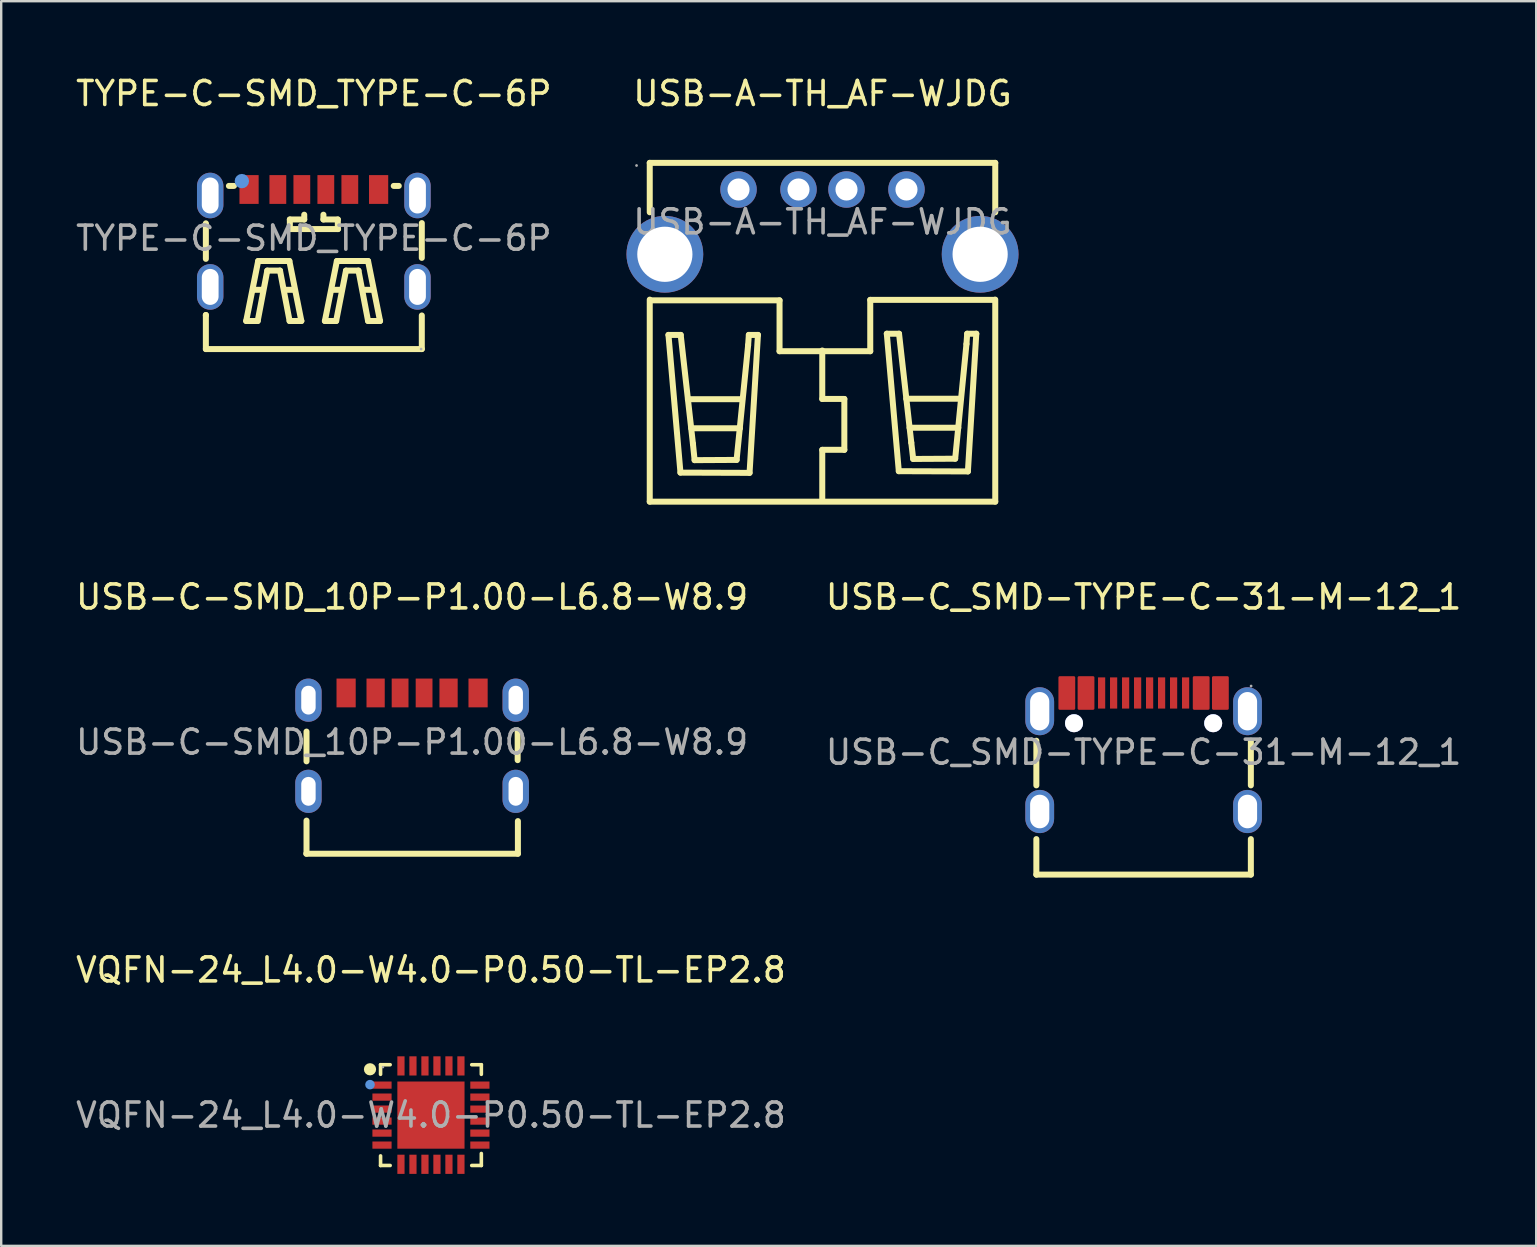
<source format=kicad_pcb>
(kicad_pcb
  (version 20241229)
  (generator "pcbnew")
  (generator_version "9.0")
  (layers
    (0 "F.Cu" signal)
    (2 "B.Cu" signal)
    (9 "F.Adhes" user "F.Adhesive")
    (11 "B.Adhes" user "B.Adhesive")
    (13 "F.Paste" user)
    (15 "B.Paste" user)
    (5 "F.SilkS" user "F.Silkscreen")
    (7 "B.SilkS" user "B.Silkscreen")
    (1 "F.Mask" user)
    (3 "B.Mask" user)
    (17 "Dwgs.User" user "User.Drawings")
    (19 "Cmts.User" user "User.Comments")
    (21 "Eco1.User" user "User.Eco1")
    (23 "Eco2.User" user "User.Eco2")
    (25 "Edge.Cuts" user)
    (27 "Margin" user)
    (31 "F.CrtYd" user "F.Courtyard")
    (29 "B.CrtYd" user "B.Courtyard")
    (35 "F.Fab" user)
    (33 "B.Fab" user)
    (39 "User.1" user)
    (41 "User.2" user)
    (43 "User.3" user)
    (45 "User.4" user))
  (footprint "VQFN-24_L4.0-W4.0-P0.50-TL-EP2.8"
    (layer "F.Cu")
    (at 14.911 43.425)
    (property "Reference" "VQFN-24_L4.0-W4.0-P0.50-TL-EP2.8" (at 0 -6.05 0) (layer "F.SilkS") (effects (font (size 1 1) (thickness 0.15))))
    (attr smd)
    (fp_line (start -2.1 -2.1) (end -1.7 -2.1) (stroke (width 0.15) (type solid)) (layer "F.SilkS"))
    (fp_line (start -2.1 -1.7) (end -2.1 -2.1) (stroke (width 0.15) (type solid)) (layer "F.SilkS"))
    (fp_line (start -2.1 1.7) (end -2.1 2.1) (stroke (width 0.15) (type solid)) (layer "F.SilkS"))
    (fp_line (start -2.1 2.1) (end -1.7 2.1) (stroke (width 0.15) (type solid)) (layer "F.SilkS"))
    (fp_line (start 1.7 -2.1) (end 2.1 -2.1) (stroke (width 0.15) (type solid)) (layer "F.SilkS"))
    (fp_line (start 2.1 -2.1) (end 2.1 -1.7) (stroke (width 0.15) (type solid)) (layer "F.SilkS"))
    (fp_line (start 2.1 1.6) (end 2.1 2.1) (stroke (width 0.15) (type solid)) (layer "F.SilkS"))
    (fp_line (start 2.1 2.1) (end 1.7 2.1) (stroke (width 0.15) (type solid)) (layer "F.SilkS"))
    (fp_circle (center -2.54 -1.91) (end -2.41 -1.91) (stroke (width 0.25) (type solid)) (fill no) (layer "F.SilkS"))
    (fp_circle (center -2.54 -1.27) (end -2.44 -1.27) (stroke (width 0.2) (type solid)) (fill no) (layer "Cmts.User"))
    (fp_circle (center -2 -2) (end -1.97 -2) (stroke (width 0.05) (type solid)) (fill no) (layer "F.Fab"))
    (fp_text user "${REFERENCE}" (at 0 0 0) (layer "F.Fab") (effects (font (size 1 1) (thickness 0.15))))
    (pad "1" smd rect (at -2.04 -1.25) (size 0.8 0.3) (layers "F.Cu" "F.Mask" "F.Paste"))
    (pad "2" smd rect (at -2.04 -0.75) (size 0.8 0.3) (layers "F.Cu" "F.Mask" "F.Paste"))
    (pad "3" smd rect (at -2.04 -0.25) (size 0.8 0.3) (layers "F.Cu" "F.Mask" "F.Paste"))
    (pad "4" smd rect (at -2.04 0.25) (size 0.8 0.3) (layers "F.Cu" "F.Mask" "F.Paste"))
    (pad "5" smd rect (at -2.04 0.75) (size 0.8 0.3) (layers "F.Cu" "F.Mask" "F.Paste"))
    (pad "6" smd rect (at -2.04 1.25) (size 0.8 0.3) (layers "F.Cu" "F.Mask" "F.Paste"))
    (pad "7" smd rect (at -1.25 2.05) (size 0.3 0.8) (layers "F.Cu" "F.Mask" "F.Paste"))
    (pad "8" smd rect (at -0.75 2.05) (size 0.3 0.8) (layers "F.Cu" "F.Mask" "F.Paste"))
    (pad "9" smd rect (at -0.25 2.05) (size 0.3 0.8) (layers "F.Cu" "F.Mask" "F.Paste"))
    (pad "10" smd rect (at 0.25 2.05) (size 0.3 0.8) (layers "F.Cu" "F.Mask" "F.Paste"))
    (pad "11" smd rect (at 0.75 2.05) (size 0.3 0.8) (layers "F.Cu" "F.Mask" "F.Paste"))
    (pad "12" smd rect (at 1.25 2.05) (size 0.3 0.8) (layers "F.Cu" "F.Mask" "F.Paste"))
    (pad "13" smd rect (at 2.04 1.25) (size 0.8 0.3) (layers "F.Cu" "F.Mask" "F.Paste"))
    (pad "14" smd rect (at 2.04 0.75) (size 0.8 0.3) (layers "F.Cu" "F.Mask" "F.Paste"))
    (pad "15" smd rect (at 2.04 0.25) (size 0.8 0.3) (layers "F.Cu" "F.Mask" "F.Paste"))
    (pad "16" smd rect (at 2.04 -0.25) (size 0.8 0.3) (layers "F.Cu" "F.Mask" "F.Paste"))
    (pad "17" smd rect (at 2.04 -0.75) (size 0.8 0.3) (layers "F.Cu" "F.Mask" "F.Paste"))
    (pad "18" smd rect (at 2.04 -1.25) (size 0.8 0.3) (layers "F.Cu" "F.Mask" "F.Paste"))
    (pad "19" smd rect (at 1.25 -2.05) (size 0.3 0.8) (layers "F.Cu" "F.Mask" "F.Paste"))
    (pad "20" smd rect (at 0.75 -2.05) (size 0.3 0.8) (layers "F.Cu" "F.Mask" "F.Paste"))
    (pad "21" smd rect (at 0.25 -2.05) (size 0.3 0.8) (layers "F.Cu" "F.Mask" "F.Paste"))
    (pad "22" smd rect (at -0.25 -2.05) (size 0.3 0.8) (layers "F.Cu" "F.Mask" "F.Paste"))
    (pad "23" smd rect (at -0.75 -2.05) (size 0.3 0.8) (layers "F.Cu" "F.Mask" "F.Paste"))
    (pad "24" smd rect (at -1.25 -2.05) (size 0.3 0.8) (layers "F.Cu" "F.Mask" "F.Paste"))
    (pad "25" smd rect (at 0 0) (size 2.8 2.8) (layers "F.Cu" "F.Mask" "F.Paste")))
  (footprint "USB-C_SMD-TYPE-C-31-M-12_1"
    (layer "F.Cu")
    (at 44.613 28.302)
    (property "Reference" "USB-C_SMD-TYPE-C-31-M-12_1" (at 0 -6.47 0) (layer "F.SilkS") (effects (font (size 1 1) (thickness 0.15))))
    (attr smd)
    (fp_line (start -4.47 1.38) (end -4.47 -0.48) (stroke (width 0.25) (type solid)) (layer "F.SilkS"))
    (fp_line (start -4.47 5.1) (end -4.47 3.62) (stroke (width 0.25) (type solid)) (layer "F.SilkS"))
    (fp_line (start 4.47 1.38) (end 4.47 -0.48) (stroke (width 0.25) (type solid)) (layer "F.SilkS"))
    (fp_line (start 4.47 5.1) (end -4.47 5.1) (stroke (width 0.25) (type solid)) (layer "F.SilkS"))
    (fp_line (start 4.47 5.1) (end 4.47 3.62) (stroke (width 0.25) (type solid)) (layer "F.SilkS"))
    (fp_circle (center -2.9 -1.21) (end -2.78 -1.21) (stroke (width 0.25) (type solid)) (fill no) (layer "Cmts.User"))
    (fp_circle (center 2.9 -1.21) (end 3.02 -1.21) (stroke (width 0.25) (type solid)) (fill no) (layer "Cmts.User"))
    (fp_circle (center 4.48 -2.76) (end 4.51 -2.76) (stroke (width 0.06) (type solid)) (fill no) (layer "F.Fab"))
    (fp_text user "${REFERENCE}" (at 0 0 0) (layer "F.Fab") (effects (font (size 1 1) (thickness 0.15))))
    (pad "" thru_hole circle (at -2.9 -1.21) (size 0.75 0.75) (drill 0.75) (layers "*.Cu" "*.Mask"))
    (pad "" thru_hole circle (at 2.9 -1.21) (size 0.75 0.75) (drill 0.75) (layers "*.Cu" "*.Mask"))
    (pad "1" thru_hole oval (at 4.33 -1.71) (size 1.2 2) (drill oval 0.8 1.6) (layers "*.Cu" "*.Mask"))
    (pad "2" thru_hole oval (at 4.33 2.47) (size 1.2 1.8) (drill oval 0.8 1.4) (layers "*.Cu" "*.Mask"))
    (pad "3" thru_hole oval (at -4.33 2.47) (size 1.2 1.8) (drill oval 0.8 1.4) (layers "*.Cu" "*.Mask"))
    (pad "4" thru_hole oval (at -4.33 -1.71) (size 1.2 2) (drill oval 0.8 1.6) (layers "*.Cu" "*.Mask"))
    (pad "A1B12" smd custom (at -3.2 -2.47) (size 0.01 0.01) (layers "F.Cu" "F.Mask" "F.Paste") (options (anchor circle)) (primitives (gr_poly (pts (xy 0.3 0.65) (xy 0.3 -0.65) (xy 0 -0.65) (xy -0.3 -0.65) (xy -0.3 0.65) (xy 0 0.65) (xy 0.3 0.65)) (width 0.1) (fill yes))))
    (pad "A4B9" smd custom (at -2.4 -2.47) (size 0.01 0.01) (layers "F.Cu" "F.Mask" "F.Paste") (options (anchor circle)) (primitives (gr_poly (pts (xy 0.3 0.65) (xy 0.3 -0.65) (xy 0 -0.65) (xy -0.3 -0.65) (xy -0.3 0.65) (xy 0 0.65) (xy 0.3 0.65)) (width 0.1) (fill yes))))
    (pad "A5" smd rect (at -1.25 -2.47) (size 0.3 1.3) (layers "F.Cu" "F.Mask" "F.Paste"))
    (pad "A6" smd rect (at -0.25 -2.47) (size 0.3 1.3) (layers "F.Cu" "F.Mask" "F.Paste"))
    (pad "A7" smd rect (at 0.25 -2.47) (size 0.3 1.3) (layers "F.Cu" "F.Mask" "F.Paste"))
    (pad "A8" smd rect (at 1.25 -2.47) (size 0.3 1.3) (layers "F.Cu" "F.Mask" "F.Paste"))
    (pad "B1A12" smd custom (at 3.2 -2.47) (size 0.01 0.01) (layers "F.Cu" "F.Mask" "F.Paste") (options (anchor circle)) (primitives (gr_poly (pts (xy -0.3 -0.65) (xy -0.3 0.65) (xy -0.01 0.65) (xy 0 0.65) (xy 0.3 0.65) (xy 0.3 -0.65) (xy 0 -0.65) (xy -0.01 -0.65) (xy -0.3 -0.65)) (width 0.1) (fill yes))))
    (pad "B4A9" smd custom (at 2.4 -2.47) (size 0.01 0.01) (layers "F.Cu" "F.Mask" "F.Paste") (options (anchor circle)) (primitives (gr_poly (pts (xy 0.3 0.65) (xy 0.3 -0.65) (xy 0 -0.65) (xy -0.3 -0.65) (xy -0.3 0.65) (xy 0 0.65) (xy 0.3 0.65)) (width 0.1) (fill yes))))
    (pad "B5" smd rect (at 1.75 -2.47) (size 0.3 1.3) (layers "F.Cu" "F.Mask" "F.Paste"))
    (pad "B6" smd rect (at 0.75 -2.47) (size 0.3 1.3) (layers "F.Cu" "F.Mask" "F.Paste"))
    (pad "B7" smd rect (at -0.75 -2.47) (size 0.3 1.3) (layers "F.Cu" "F.Mask" "F.Paste"))
    (pad "B8" smd rect (at -1.75 -2.47) (size 0.3 1.3) (layers "F.Cu" "F.Mask" "F.Paste")))
  (footprint "USB-C-SMD_10P-P1.00-L6.8-W8.9"
    (layer "F.Cu")
    (at 14.125 27.881)
    (property "Reference" "USB-C-SMD_10P-P1.00-L6.8-W8.9" (at 0 -6.05 0) (layer "F.SilkS") (effects (font (size 1 1) (thickness 0.15))))
    (attr smd)
    (fp_line (start -4.41 4.65) (end 4.41 4.65) (stroke (width 0.25) (type solid)) (layer "F.SilkS"))
    (fp_line (start -4.4 -0.44) (end -4.4 0.8) (stroke (width 0.25) (type solid)) (layer "F.SilkS"))
    (fp_line (start -4.4 4.65) (end -4.4 3.27) (stroke (width 0.25) (type solid)) (layer "F.SilkS"))
    (fp_line (start 4.4 -0.49) (end 4.4 0.75) (stroke (width 0.25) (type solid)) (layer "F.SilkS"))
    (fp_line (start 4.41 4.65) (end 4.41 3.29) (stroke (width 0.25) (type solid)) (layer "F.SilkS"))
    (fp_circle (center -4.47 -2.25) (end -4.44 -2.25) (stroke (width 0.06) (type solid)) (fill no) (layer "F.Fab"))
    (fp_text user "${REFERENCE}" (at 0 0 0) (layer "F.Fab") (effects (font (size 1 1) (thickness 0.15))))
    (pad "0" thru_hole oval (at -4.32 -1.75) (size 1.1 1.8) (drill oval 0.6 1.2) (layers "*.Cu" "*.Mask"))
    (pad "0" thru_hole oval (at -4.32 2.05) (size 1.1 1.8) (drill oval 0.6 1.2) (layers "*.Cu" "*.Mask"))
    (pad "0" thru_hole oval (at 4.32 -1.75) (size 1.1 1.8) (drill oval 0.6 1.2) (layers "*.Cu" "*.Mask"))
    (pad "0" thru_hole oval (at 4.32 2.05) (size 1.1 1.8) (drill oval 0.6 1.2) (layers "*.Cu" "*.Mask"))
    (pad "1" smd rect (at -2.75 -2.05) (size 0.8 1.2) (layers "F.Cu" "F.Mask" "F.Paste"))
    (pad "2" smd rect (at -1.52 -2.05) (size 0.76 1.2) (layers "F.Cu" "F.Mask" "F.Paste"))
    (pad "3" smd rect (at -0.5 -2.05) (size 0.7 1.2) (layers "F.Cu" "F.Mask" "F.Paste"))
    (pad "4" smd rect (at 0.5 -2.05) (size 0.7 1.2) (layers "F.Cu" "F.Mask" "F.Paste"))
    (pad "5" smd rect (at 1.52 -2.05) (size 0.76 1.2) (layers "F.Cu" "F.Mask" "F.Paste"))
    (pad "6" smd rect (at 2.75 -2.05) (size 0.8 1.2) (layers "F.Cu" "F.Mask" "F.Paste")))
  (footprint "TYPE-C-SMD_TYPE-C-6P"
    (layer "F.Cu")
    (at 10.03 6.878)
    (property "Reference" "TYPE-C-SMD_TYPE-C-6P" (at 0 -6.03 0) (layer "F.SilkS") (effects (font (size 1 1) (thickness 0.15))))
    (attr smd)
    (fp_line (start -4.5 -0.58) (end -4.5 -0.62) (stroke (width 0.25) (type solid)) (layer "F.SilkS"))
    (fp_line (start -4.5 -0.58) (end -4.5 0.86) (stroke (width 0.25) (type solid)) (layer "F.SilkS"))
    (fp_line (start -4.5 3.2) (end -4.5 4.62) (stroke (width 0.25) (type solid)) (layer "F.SilkS"))
    (fp_line (start -4.5 3.22) (end -4.5 3.2) (stroke (width 0.25) (type solid)) (layer "F.SilkS"))
    (fp_line (start -4.5 4.62) (end 4.5 4.62) (stroke (width 0.25) (type solid)) (layer "F.SilkS"))
    (fp_line (start -3.54 -2.18) (end -3.33 -2.18) (stroke (width 0.25) (type solid)) (layer "F.SilkS"))
    (fp_line (start -2.82 3.45) (end -2.32 0.95) (stroke (width 0.25) (type solid)) (layer "F.SilkS"))
    (fp_line (start -2.52 2.15) (end -2.12 2.15) (stroke (width 0.25) (type solid)) (layer "F.SilkS"))
    (fp_line (start -2.34 3.45) (end -2.82 3.45) (stroke (width 0.25) (type solid)) (layer "F.SilkS"))
    (fp_line (start -2.32 0.95) (end -1.02 0.95) (stroke (width 0.25) (type solid)) (layer "F.SilkS"))
    (fp_line (start -1.94 1.35) (end -2.34 3.45) (stroke (width 0.25) (type solid)) (layer "F.SilkS"))
    (fp_line (start -1.41 1.35) (end -1.94 1.35) (stroke (width 0.25) (type solid)) (layer "F.SilkS"))
    (fp_line (start -1.22 2.15) (end -0.82 2.15) (stroke (width 0.25) (type solid)) (layer "F.SilkS"))
    (fp_line (start -1.02 0.95) (end -0.52 3.45) (stroke (width 0.25) (type solid)) (layer "F.SilkS"))
    (fp_line (start -1.01 -0.38) (end 1.01 -0.38) (stroke (width 0.25) (type solid)) (layer "F.SilkS"))
    (fp_line (start -1.01 3.45) (end -1.41 1.35) (stroke (width 0.25) (type solid)) (layer "F.SilkS"))
    (fp_line (start -1 -0.78) (end -0.4 -0.78) (stroke (width 0.25) (type solid)) (layer "F.SilkS"))
    (fp_line (start -1 -0.38) (end -1 -0.78) (stroke (width 0.25) (type solid)) (layer "F.SilkS"))
    (fp_line (start -0.52 3.45) (end -1.01 3.45) (stroke (width 0.25) (type solid)) (layer "F.SilkS"))
    (fp_line (start -0.4 -0.78) (end -0.4 -0.98) (stroke (width 0.25) (type solid)) (layer "F.SilkS"))
    (fp_line (start 0.4 -0.78) (end 0.4 -0.98) (stroke (width 0.25) (type solid)) (layer "F.SilkS"))
    (fp_line (start 0.46 3.45) (end 0.96 0.95) (stroke (width 0.25) (type solid)) (layer "F.SilkS"))
    (fp_line (start 0.76 2.15) (end 1.16 2.15) (stroke (width 0.25) (type solid)) (layer "F.SilkS"))
    (fp_line (start 0.93 3.45) (end 0.46 3.45) (stroke (width 0.25) (type solid)) (layer "F.SilkS"))
    (fp_line (start 0.96 0.95) (end 2.26 0.95) (stroke (width 0.25) (type solid)) (layer "F.SilkS"))
    (fp_line (start 1 -0.78) (end 0.4 -0.78) (stroke (width 0.25) (type solid)) (layer "F.SilkS"))
    (fp_line (start 1 -0.38) (end 1 -0.78) (stroke (width 0.25) (type solid)) (layer "F.SilkS"))
    (fp_line (start 1.34 1.35) (end 0.93 3.45) (stroke (width 0.25) (type solid)) (layer "F.SilkS"))
    (fp_line (start 1.86 1.35) (end 1.34 1.35) (stroke (width 0.25) (type solid)) (layer "F.SilkS"))
    (fp_line (start 2.06 2.15) (end 2.46 2.15) (stroke (width 0.25) (type solid)) (layer "F.SilkS"))
    (fp_line (start 2.26 0.95) (end 2.76 3.45) (stroke (width 0.25) (type solid)) (layer "F.SilkS"))
    (fp_line (start 2.26 3.45) (end 1.86 1.35) (stroke (width 0.25) (type solid)) (layer "F.SilkS"))
    (fp_line (start 2.76 3.45) (end 2.26 3.45) (stroke (width 0.25) (type solid)) (layer "F.SilkS"))
    (fp_line (start 3.33 -2.18) (end 3.54 -2.18) (stroke (width 0.25) (type solid)) (layer "F.SilkS"))
    (fp_line (start 4.5 0.82) (end 4.5 -0.63) (stroke (width 0.25) (type solid)) (layer "F.SilkS"))
    (fp_line (start 4.5 4.62) (end 4.5 3.22) (stroke (width 0.25) (type solid)) (layer "F.SilkS"))
    (fp_circle (center -3 -2.38) (end -2.85 -2.38) (stroke (width 0.3) (type solid)) (fill no) (layer "Cmts.User"))
    (fp_circle (center 4.47 4.62) (end 4.5 4.62) (stroke (width 0.06) (type solid)) (fill no) (layer "F.Fab"))
    (fp_text user "${REFERENCE}" (at 0 0 0) (layer "F.Fab") (effects (font (size 1 1) (thickness 0.15))))
    (pad "A5" smd rect (at -0.5 -2.03) (size 0.7 1.2) (layers "F.Cu" "F.Mask" "F.Paste"))
    (pad "A9" smd rect (at 1.5 -2.03) (size 0.7 1.2) (layers "F.Cu" "F.Mask" "F.Paste"))
    (pad "A12" smd rect (at 2.7 -2.03) (size 0.8 1.2) (layers "F.Cu" "F.Mask" "F.Paste"))
    (pad "B5" smd rect (at 0.5 -2.03) (size 0.7 1.2) (layers "F.Cu" "F.Mask" "F.Paste"))
    (pad "B9" smd rect (at -1.5 -2.03) (size 0.7 1.2) (layers "F.Cu" "F.Mask" "F.Paste"))
    (pad "B12" smd rect (at -2.7 -2.03) (size 0.8 1.2) (layers "F.Cu" "F.Mask" "F.Paste"))
    (pad "S1" thru_hole oval (at -4.32 -1.78) (size 1.1 1.9) (drill oval 0.7 1.5) (layers "*.Cu" "*.Mask"))
    (pad "S1" thru_hole oval (at -4.32 2.03) (size 1.1 1.9) (drill oval 0.7 1.5) (layers "*.Cu" "*.Mask"))
    (pad "S1" thru_hole oval (at 4.32 -1.78) (size 1.1 1.9) (drill oval 0.7 1.5) (layers "*.Cu" "*.Mask"))
    (pad "S1" thru_hole oval (at 4.32 2.03) (size 1.1 1.9) (drill oval 0.7 1.5) (layers "*.Cu" "*.Mask")))
  (footprint "USB-A-TH_AF-WJDG"
    (layer "F.Cu")
    (at 31.23 6.198)
    (property "Reference" "USB-A-TH_AF-WJDG" (at 0 -5.35 0) (layer "F.SilkS") (effects (font (size 1 1) (thickness 0.15))))
    (attr through_hole)
    (fp_line (start -7.2 -2.46) (end -7.2 -0.4) (stroke (width 0.25) (type solid)) (layer "F.SilkS"))
    (fp_line (start -7.2 -2.46) (end 7.2 -2.46) (stroke (width 0.25) (type solid)) (layer "F.SilkS"))
    (fp_line (start -7.2 3.24) (end -7.2 11.66) (stroke (width 0.25) (type solid)) (layer "F.SilkS"))
    (fp_line (start -7.2 11.66) (end 7.2 11.66) (stroke (width 0.25) (type solid)) (layer "F.SilkS"))
    (fp_line (start -6.42 4.71) (end -5.91 4.71) (stroke (width 0.25) (type solid)) (layer "F.SilkS"))
    (fp_line (start -5.92 10.45) (end -6.42 4.71) (stroke (width 0.25) (type solid)) (layer "F.SilkS"))
    (fp_line (start -5.91 4.71) (end -5.4 9.25) (stroke (width 0.25) (type solid)) (layer "F.SilkS"))
    (fp_line (start -5.61 7.39) (end -3.35 7.39) (stroke (width 0.25) (type solid)) (layer "F.SilkS"))
    (fp_line (start -5.47 8.6) (end -3.44 8.6) (stroke (width 0.25) (type solid)) (layer "F.SilkS"))
    (fp_line (start -5.4 9.25) (end -5.33 9.93) (stroke (width 0.25) (type solid)) (layer "F.SilkS"))
    (fp_line (start -5.33 9.93) (end -3.58 9.92) (stroke (width 0.25) (type solid)) (layer "F.SilkS"))
    (fp_line (start -3.58 9.92) (end -3.1 5.14) (stroke (width 0.25) (type solid)) (layer "F.SilkS"))
    (fp_line (start -3.1 5.14) (end -3.07 4.71) (stroke (width 0.25) (type solid)) (layer "F.SilkS"))
    (fp_line (start -3.07 4.71) (end -2.69 4.71) (stroke (width 0.25) (type solid)) (layer "F.SilkS"))
    (fp_line (start -3.04 10.46) (end -5.92 10.45) (stroke (width 0.25) (type solid)) (layer "F.SilkS"))
    (fp_line (start -2.69 4.71) (end -3.04 10.46) (stroke (width 0.25) (type solid)) (layer "F.SilkS"))
    (fp_line (start -1.79 3.27) (end -7.19 3.27) (stroke (width 0.25) (type solid)) (layer "F.SilkS"))
    (fp_line (start -1.79 5.39) (end -1.79 3.27) (stroke (width 0.25) (type solid)) (layer "F.SilkS"))
    (fp_line (start -0.01 5.36) (end -0.01 7.38) (stroke (width 0.25) (type solid)) (layer "F.SilkS"))
    (fp_line (start -0.01 7.38) (end 0.91 7.38) (stroke (width 0.25) (type solid)) (layer "F.SilkS"))
    (fp_line (start -0.01 9.5) (end -0.01 11.53) (stroke (width 0.25) (type solid)) (layer "F.SilkS"))
    (fp_line (start 0.91 7.38) (end 0.91 9.5) (stroke (width 0.25) (type solid)) (layer "F.SilkS"))
    (fp_line (start 0.91 9.5) (end -0.01 9.5) (stroke (width 0.25) (type solid)) (layer "F.SilkS"))
    (fp_line (start 1.99 3.25) (end 1.99 5.39) (stroke (width 0.25) (type solid)) (layer "F.SilkS"))
    (fp_line (start 1.99 5.39) (end -1.79 5.39) (stroke (width 0.25) (type solid)) (layer "F.SilkS"))
    (fp_line (start 2.68 4.66) (end 3.19 4.66) (stroke (width 0.25) (type solid)) (layer "F.SilkS"))
    (fp_line (start 3.18 10.39) (end 2.68 4.66) (stroke (width 0.25) (type solid)) (layer "F.SilkS"))
    (fp_line (start 3.19 4.66) (end 3.7 9.2) (stroke (width 0.25) (type solid)) (layer "F.SilkS"))
    (fp_line (start 3.49 7.37) (end 5.75 7.37) (stroke (width 0.25) (type solid)) (layer "F.SilkS"))
    (fp_line (start 3.63 8.58) (end 5.66 8.58) (stroke (width 0.25) (type solid)) (layer "F.SilkS"))
    (fp_line (start 3.7 9.2) (end 3.78 9.88) (stroke (width 0.25) (type solid)) (layer "F.SilkS"))
    (fp_line (start 3.78 9.88) (end 5.53 9.87) (stroke (width 0.25) (type solid)) (layer "F.SilkS"))
    (fp_line (start 5.53 9.87) (end 6 5.09) (stroke (width 0.25) (type solid)) (layer "F.SilkS"))
    (fp_line (start 6 5.09) (end 6.03 4.66) (stroke (width 0.25) (type solid)) (layer "F.SilkS"))
    (fp_line (start 6.03 4.66) (end 6.41 4.66) (stroke (width 0.25) (type solid)) (layer "F.SilkS"))
    (fp_line (start 6.06 10.4) (end 3.18 10.39) (stroke (width 0.25) (type solid)) (layer "F.SilkS"))
    (fp_line (start 6.41 4.66) (end 6.06 10.4) (stroke (width 0.25) (type solid)) (layer "F.SilkS"))
    (fp_line (start 7.19 3.25) (end 1.99 3.25) (stroke (width 0.25) (type solid)) (layer "F.SilkS"))
    (fp_line (start 7.2 -2.46) (end 7.2 -0.4) (stroke (width 0.25) (type solid)) (layer "F.SilkS"))
    (fp_line (start 7.2 3.24) (end 7.2 11.66) (stroke (width 0.25) (type solid)) (layer "F.SilkS"))
    (fp_circle (center -7.75 -2.35) (end -7.72 -2.35) (stroke (width 0.06) (type solid)) (fill no) (layer "F.Fab"))
    (fp_text user "${REFERENCE}" (at 0 0 0) (layer "F.Fab") (effects (font (size 1 1) (thickness 0.15))))
    (pad "1" thru_hole circle (at -3.5 -1.35 270) (size 1.52 1.52) (drill 0.92) (layers "*.Cu" "*.Mask"))
    (pad "2" thru_hole circle (at -1 -1.35 270) (size 1.52 1.52) (drill 0.92) (layers "*.Cu" "*.Mask"))
    (pad "3" thru_hole circle (at 1 -1.35 270) (size 1.52 1.52) (drill 0.92) (layers "*.Cu" "*.Mask"))
    (pad "4" thru_hole circle (at 3.5 -1.35 270) (size 1.52 1.52) (drill 0.92) (layers "*.Cu" "*.Mask"))
    (pad "5" thru_hole circle (at -6.57 1.35 90) (size 3.2 3.2) (drill 2.3) (layers "*.Cu" "*.Mask"))
    (pad "5" thru_hole circle (at 6.57 1.35 90) (size 3.2 3.2) (drill 2.3) (layers "*.Cu" "*.Mask")))
  (gr_rect
    (start -3 -3)
    (end 60.976 48.875)
    (stroke (width 0.1) (type default))
    (fill no)
    (layer "Edge.Cuts")))
</source>
